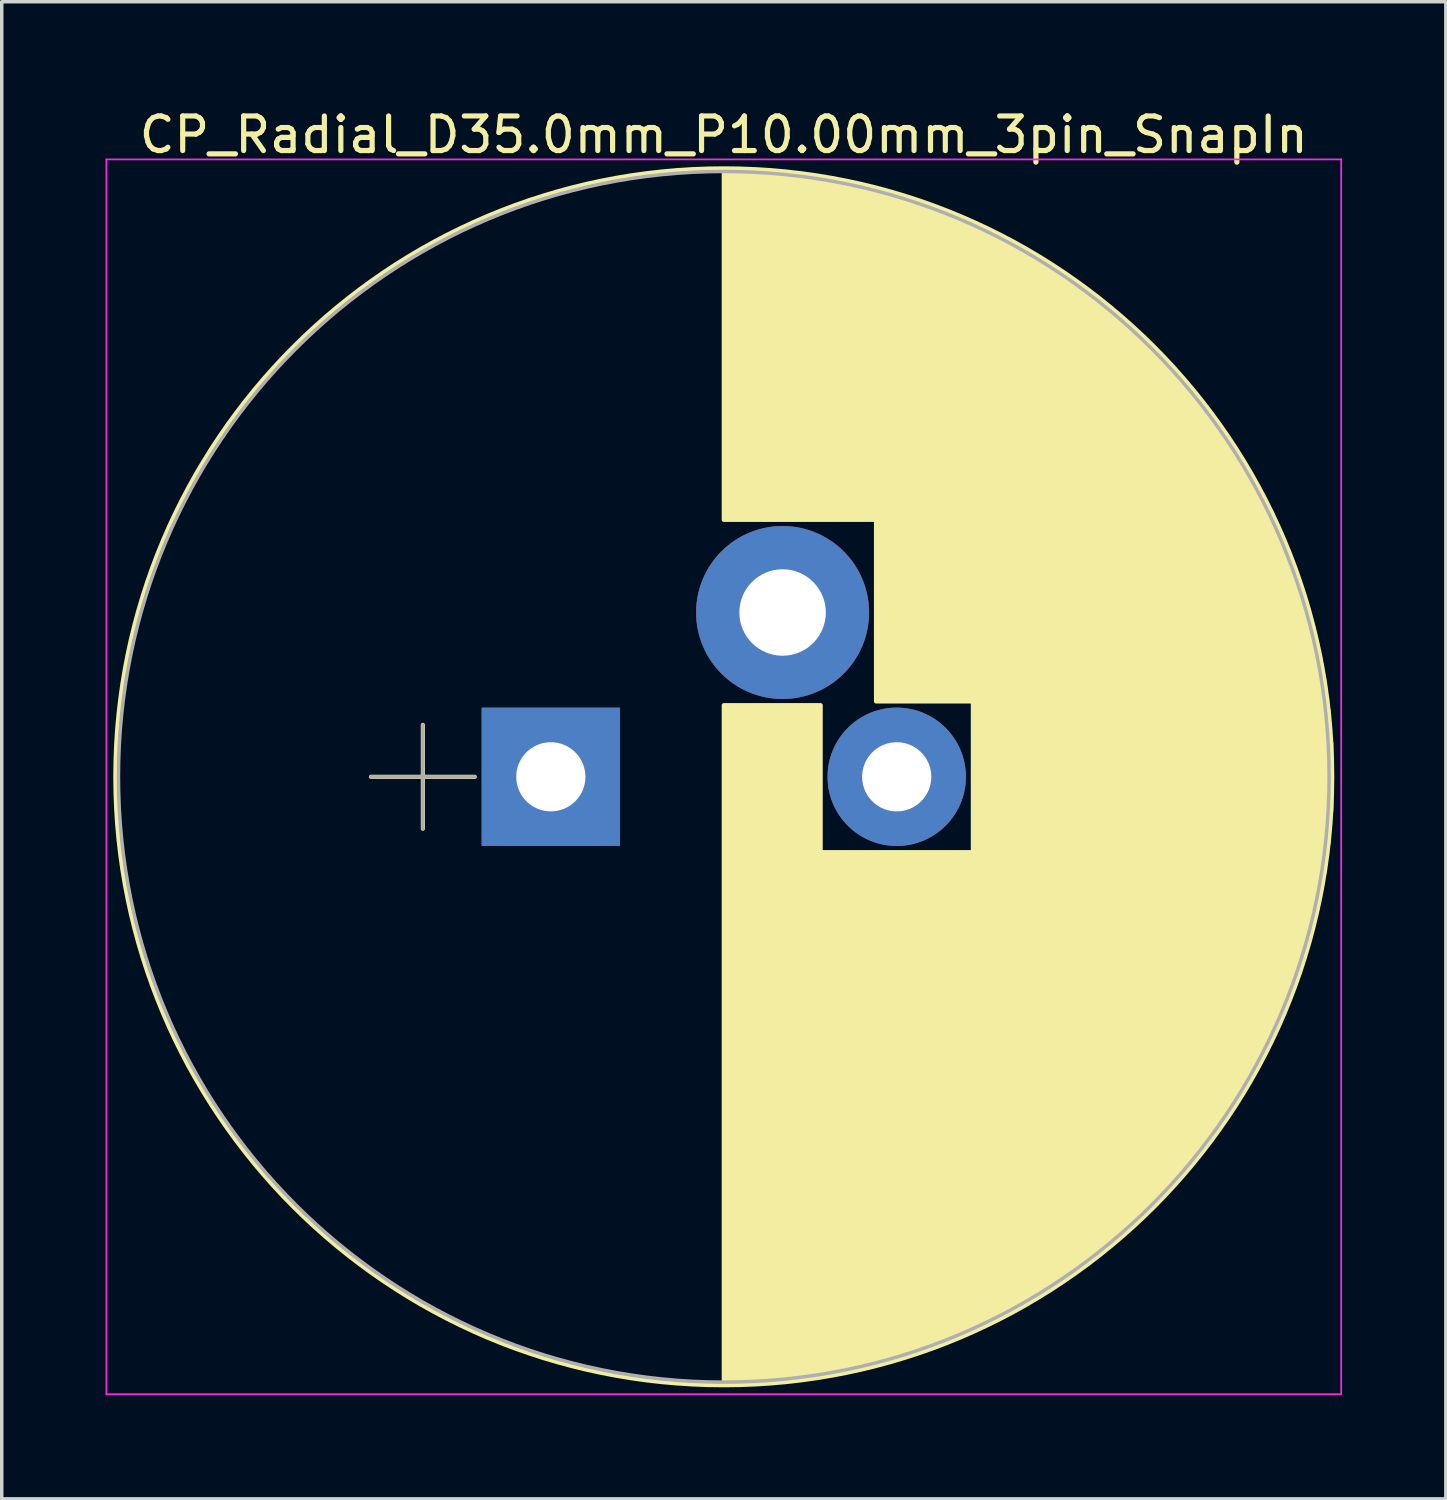
<source format=kicad_pcb>
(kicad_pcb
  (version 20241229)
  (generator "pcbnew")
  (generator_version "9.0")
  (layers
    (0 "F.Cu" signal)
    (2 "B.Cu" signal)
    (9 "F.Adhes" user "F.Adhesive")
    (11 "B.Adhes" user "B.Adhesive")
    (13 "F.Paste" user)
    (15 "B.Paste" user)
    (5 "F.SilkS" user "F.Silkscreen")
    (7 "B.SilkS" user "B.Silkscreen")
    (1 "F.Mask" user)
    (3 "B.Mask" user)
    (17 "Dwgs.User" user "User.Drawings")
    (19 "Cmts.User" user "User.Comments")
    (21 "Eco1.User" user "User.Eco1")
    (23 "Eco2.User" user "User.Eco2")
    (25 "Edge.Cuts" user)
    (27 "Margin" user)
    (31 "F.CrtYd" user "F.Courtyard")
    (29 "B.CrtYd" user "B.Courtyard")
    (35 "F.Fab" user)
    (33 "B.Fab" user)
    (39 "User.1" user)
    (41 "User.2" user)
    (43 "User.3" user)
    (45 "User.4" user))
  (footprint "CP_Radial_D35.0mm_P10.00mm_3pin_SnapIn"
    (layer "F.Cu")
    (at 12.875 19.408)
    (property "Reference" "CP_Radial_D35.0mm_P10.00mm_3pin_SnapIn" (at 5 -18.56 0) (layer "F.SilkS") (effects (font (size 1 1) (thickness 0.15))))
    (attr through_hole)
    (fp_line (start -5.2 0) (end -2.2 0) (stroke (width 0.12) (type solid)) (layer "F.SilkS"))
    (fp_line (start -3.7 -1.5) (end -3.7 1.5) (stroke (width 0.12) (type solid)) (layer "F.SilkS"))
    (fp_line (start 5 -17.55) (end 5 -7.43) (stroke (width 0.12) (type solid)) (layer "F.SilkS"))
    (fp_line (start 5 -2.07) (end 5 17.55) (stroke (width 0.12) (type solid)) (layer "F.SilkS"))
    (fp_line (start 5.04 -17.55) (end 5.04 -7.43) (stroke (width 0.12) (type solid)) (layer "F.SilkS"))
    (fp_line (start 5.04 -2.07) (end 5.04 17.55) (stroke (width 0.12) (type solid)) (layer "F.SilkS"))
    (fp_line (start 5.08 -17.55) (end 5.08 -7.43) (stroke (width 0.12) (type solid)) (layer "F.SilkS"))
    (fp_line (start 5.08 -2.07) (end 5.08 17.55) (stroke (width 0.12) (type solid)) (layer "F.SilkS"))
    (fp_line (start 5.12 -17.55) (end 5.12 -7.43) (stroke (width 0.12) (type solid)) (layer "F.SilkS"))
    (fp_line (start 5.12 -2.07) (end 5.12 17.55) (stroke (width 0.12) (type solid)) (layer "F.SilkS"))
    (fp_line (start 5.16 -17.55) (end 5.16 -7.43) (stroke (width 0.12) (type solid)) (layer "F.SilkS"))
    (fp_line (start 5.16 -2.07) (end 5.16 17.55) (stroke (width 0.12) (type solid)) (layer "F.SilkS"))
    (fp_line (start 5.2 -17.549) (end 5.2 -7.43) (stroke (width 0.12) (type solid)) (layer "F.SilkS"))
    (fp_line (start 5.2 -2.07) (end 5.2 17.549) (stroke (width 0.12) (type solid)) (layer "F.SilkS"))
    (fp_line (start 5.24 -17.549) (end 5.24 -7.43) (stroke (width 0.12) (type solid)) (layer "F.SilkS"))
    (fp_line (start 5.24 -2.07) (end 5.24 17.549) (stroke (width 0.12) (type solid)) (layer "F.SilkS"))
    (fp_line (start 5.28 -17.548) (end 5.28 -7.43) (stroke (width 0.12) (type solid)) (layer "F.SilkS"))
    (fp_line (start 5.28 -2.07) (end 5.28 17.548) (stroke (width 0.12) (type solid)) (layer "F.SilkS"))
    (fp_line (start 5.32 -17.548) (end 5.32 -7.43) (stroke (width 0.12) (type solid)) (layer "F.SilkS"))
    (fp_line (start 5.32 -2.07) (end 5.32 17.548) (stroke (width 0.12) (type solid)) (layer "F.SilkS"))
    (fp_line (start 5.36 -17.547) (end 5.36 -7.43) (stroke (width 0.12) (type solid)) (layer "F.SilkS"))
    (fp_line (start 5.36 -2.07) (end 5.36 17.547) (stroke (width 0.12) (type solid)) (layer "F.SilkS"))
    (fp_line (start 5.4 -17.546) (end 5.4 -7.43) (stroke (width 0.12) (type solid)) (layer "F.SilkS"))
    (fp_line (start 5.4 -2.07) (end 5.4 17.546) (stroke (width 0.12) (type solid)) (layer "F.SilkS"))
    (fp_line (start 5.44 -17.545) (end 5.44 -7.43) (stroke (width 0.12) (type solid)) (layer "F.SilkS"))
    (fp_line (start 5.44 -2.07) (end 5.44 17.545) (stroke (width 0.12) (type solid)) (layer "F.SilkS"))
    (fp_line (start 5.48 -17.544) (end 5.48 -7.43) (stroke (width 0.12) (type solid)) (layer "F.SilkS"))
    (fp_line (start 5.48 -2.07) (end 5.48 17.544) (stroke (width 0.12) (type solid)) (layer "F.SilkS"))
    (fp_line (start 5.52 -17.543) (end 5.52 -7.43) (stroke (width 0.12) (type solid)) (layer "F.SilkS"))
    (fp_line (start 5.52 -2.07) (end 5.52 17.543) (stroke (width 0.12) (type solid)) (layer "F.SilkS"))
    (fp_line (start 5.56 -17.542) (end 5.56 -7.43) (stroke (width 0.12) (type solid)) (layer "F.SilkS"))
    (fp_line (start 5.56 -2.07) (end 5.56 17.542) (stroke (width 0.12) (type solid)) (layer "F.SilkS"))
    (fp_line (start 5.6 -17.54) (end 5.6 -7.43) (stroke (width 0.12) (type solid)) (layer "F.SilkS"))
    (fp_line (start 5.6 -2.07) (end 5.6 17.54) (stroke (width 0.12) (type solid)) (layer "F.SilkS"))
    (fp_line (start 5.64 -17.539) (end 5.64 -7.43) (stroke (width 0.12) (type solid)) (layer "F.SilkS"))
    (fp_line (start 5.64 -2.07) (end 5.64 17.539) (stroke (width 0.12) (type solid)) (layer "F.SilkS"))
    (fp_line (start 5.68 -17.537) (end 5.68 -7.43) (stroke (width 0.12) (type solid)) (layer "F.SilkS"))
    (fp_line (start 5.68 -2.07) (end 5.68 17.537) (stroke (width 0.12) (type solid)) (layer "F.SilkS"))
    (fp_line (start 5.721 -17.536) (end 5.721 -7.43) (stroke (width 0.12) (type solid)) (layer "F.SilkS"))
    (fp_line (start 5.721 -2.07) (end 5.721 17.536) (stroke (width 0.12) (type solid)) (layer "F.SilkS"))
    (fp_line (start 5.761 -17.534) (end 5.761 -7.43) (stroke (width 0.12) (type solid)) (layer "F.SilkS"))
    (fp_line (start 5.761 -2.07) (end 5.761 17.534) (stroke (width 0.12) (type solid)) (layer "F.SilkS"))
    (fp_line (start 5.801 -17.532) (end 5.801 -7.43) (stroke (width 0.12) (type solid)) (layer "F.SilkS"))
    (fp_line (start 5.801 -2.07) (end 5.801 17.532) (stroke (width 0.12) (type solid)) (layer "F.SilkS"))
    (fp_line (start 5.841 -17.53) (end 5.841 -7.43) (stroke (width 0.12) (type solid)) (layer "F.SilkS"))
    (fp_line (start 5.841 -2.07) (end 5.841 17.53) (stroke (width 0.12) (type solid)) (layer "F.SilkS"))
    (fp_line (start 5.881 -17.528) (end 5.881 -7.43) (stroke (width 0.12) (type solid)) (layer "F.SilkS"))
    (fp_line (start 5.881 -2.07) (end 5.881 17.528) (stroke (width 0.12) (type solid)) (layer "F.SilkS"))
    (fp_line (start 5.921 -17.526) (end 5.921 -7.43) (stroke (width 0.12) (type solid)) (layer "F.SilkS"))
    (fp_line (start 5.921 -2.07) (end 5.921 17.526) (stroke (width 0.12) (type solid)) (layer "F.SilkS"))
    (fp_line (start 5.961 -17.524) (end 5.961 -7.43) (stroke (width 0.12) (type solid)) (layer "F.SilkS"))
    (fp_line (start 5.961 -2.07) (end 5.961 17.524) (stroke (width 0.12) (type solid)) (layer "F.SilkS"))
    (fp_line (start 6.001 -17.522) (end 6.001 -7.43) (stroke (width 0.12) (type solid)) (layer "F.SilkS"))
    (fp_line (start 6.001 -2.07) (end 6.001 17.522) (stroke (width 0.12) (type solid)) (layer "F.SilkS"))
    (fp_line (start 6.041 -17.52) (end 6.041 -7.43) (stroke (width 0.12) (type solid)) (layer "F.SilkS"))
    (fp_line (start 6.041 -2.07) (end 6.041 17.52) (stroke (width 0.12) (type solid)) (layer "F.SilkS"))
    (fp_line (start 6.081 -17.517) (end 6.081 -7.43) (stroke (width 0.12) (type solid)) (layer "F.SilkS"))
    (fp_line (start 6.081 -2.07) (end 6.081 17.517) (stroke (width 0.12) (type solid)) (layer "F.SilkS"))
    (fp_line (start 6.121 -17.515) (end 6.121 -7.43) (stroke (width 0.12) (type solid)) (layer "F.SilkS"))
    (fp_line (start 6.121 -2.07) (end 6.121 17.515) (stroke (width 0.12) (type solid)) (layer "F.SilkS"))
    (fp_line (start 6.161 -17.512) (end 6.161 -7.43) (stroke (width 0.12) (type solid)) (layer "F.SilkS"))
    (fp_line (start 6.161 -2.07) (end 6.161 17.512) (stroke (width 0.12) (type solid)) (layer "F.SilkS"))
    (fp_line (start 6.201 -17.51) (end 6.201 -7.43) (stroke (width 0.12) (type solid)) (layer "F.SilkS"))
    (fp_line (start 6.201 -2.07) (end 6.201 17.51) (stroke (width 0.12) (type solid)) (layer "F.SilkS"))
    (fp_line (start 6.241 -17.507) (end 6.241 -7.43) (stroke (width 0.12) (type solid)) (layer "F.SilkS"))
    (fp_line (start 6.241 -2.07) (end 6.241 17.507) (stroke (width 0.12) (type solid)) (layer "F.SilkS"))
    (fp_line (start 6.281 -17.504) (end 6.281 -7.43) (stroke (width 0.12) (type solid)) (layer "F.SilkS"))
    (fp_line (start 6.281 -2.07) (end 6.281 17.504) (stroke (width 0.12) (type solid)) (layer "F.SilkS"))
    (fp_line (start 6.321 -17.501) (end 6.321 -7.43) (stroke (width 0.12) (type solid)) (layer "F.SilkS"))
    (fp_line (start 6.321 -2.07) (end 6.321 17.501) (stroke (width 0.12) (type solid)) (layer "F.SilkS"))
    (fp_line (start 6.361 -17.498) (end 6.361 -7.43) (stroke (width 0.12) (type solid)) (layer "F.SilkS"))
    (fp_line (start 6.361 -2.07) (end 6.361 17.498) (stroke (width 0.12) (type solid)) (layer "F.SilkS"))
    (fp_line (start 6.401 -17.495) (end 6.401 -7.43) (stroke (width 0.12) (type solid)) (layer "F.SilkS"))
    (fp_line (start 6.401 -2.07) (end 6.401 17.495) (stroke (width 0.12) (type solid)) (layer "F.SilkS"))
    (fp_line (start 6.441 -17.491) (end 6.441 -7.43) (stroke (width 0.12) (type solid)) (layer "F.SilkS"))
    (fp_line (start 6.441 -2.07) (end 6.441 17.491) (stroke (width 0.12) (type solid)) (layer "F.SilkS"))
    (fp_line (start 6.481 -17.488) (end 6.481 -7.43) (stroke (width 0.12) (type solid)) (layer "F.SilkS"))
    (fp_line (start 6.481 -2.07) (end 6.481 17.488) (stroke (width 0.12) (type solid)) (layer "F.SilkS"))
    (fp_line (start 6.521 -17.485) (end 6.521 -7.43) (stroke (width 0.12) (type solid)) (layer "F.SilkS"))
    (fp_line (start 6.521 -2.07) (end 6.521 17.485) (stroke (width 0.12) (type solid)) (layer "F.SilkS"))
    (fp_line (start 6.561 -17.481) (end 6.561 -7.43) (stroke (width 0.12) (type solid)) (layer "F.SilkS"))
    (fp_line (start 6.561 -2.07) (end 6.561 17.481) (stroke (width 0.12) (type solid)) (layer "F.SilkS"))
    (fp_line (start 6.601 -17.478) (end 6.601 -7.43) (stroke (width 0.12) (type solid)) (layer "F.SilkS"))
    (fp_line (start 6.601 -2.07) (end 6.601 17.478) (stroke (width 0.12) (type solid)) (layer "F.SilkS"))
    (fp_line (start 6.641 -17.474) (end 6.641 -7.43) (stroke (width 0.12) (type solid)) (layer "F.SilkS"))
    (fp_line (start 6.641 -2.07) (end 6.641 17.474) (stroke (width 0.12) (type solid)) (layer "F.SilkS"))
    (fp_line (start 6.681 -17.47) (end 6.681 -7.43) (stroke (width 0.12) (type solid)) (layer "F.SilkS"))
    (fp_line (start 6.681 -2.07) (end 6.681 17.47) (stroke (width 0.12) (type solid)) (layer "F.SilkS"))
    (fp_line (start 6.721 -17.466) (end 6.721 -7.43) (stroke (width 0.12) (type solid)) (layer "F.SilkS"))
    (fp_line (start 6.721 -2.07) (end 6.721 17.466) (stroke (width 0.12) (type solid)) (layer "F.SilkS"))
    (fp_line (start 6.761 -17.462) (end 6.761 -7.43) (stroke (width 0.12) (type solid)) (layer "F.SilkS"))
    (fp_line (start 6.761 -2.07) (end 6.761 17.462) (stroke (width 0.12) (type solid)) (layer "F.SilkS"))
    (fp_line (start 6.801 -17.458) (end 6.801 -7.43) (stroke (width 0.12) (type solid)) (layer "F.SilkS"))
    (fp_line (start 6.801 -2.07) (end 6.801 17.458) (stroke (width 0.12) (type solid)) (layer "F.SilkS"))
    (fp_line (start 6.841 -17.454) (end 6.841 -7.43) (stroke (width 0.12) (type solid)) (layer "F.SilkS"))
    (fp_line (start 6.841 -2.07) (end 6.841 17.454) (stroke (width 0.12) (type solid)) (layer "F.SilkS"))
    (fp_line (start 6.881 -17.45) (end 6.881 -7.43) (stroke (width 0.12) (type solid)) (layer "F.SilkS"))
    (fp_line (start 6.881 -2.07) (end 6.881 17.45) (stroke (width 0.12) (type solid)) (layer "F.SilkS"))
    (fp_line (start 6.921 -17.445) (end 6.921 -7.43) (stroke (width 0.12) (type solid)) (layer "F.SilkS"))
    (fp_line (start 6.921 -2.07) (end 6.921 17.445) (stroke (width 0.12) (type solid)) (layer "F.SilkS"))
    (fp_line (start 6.961 -17.441) (end 6.961 -7.43) (stroke (width 0.12) (type solid)) (layer "F.SilkS"))
    (fp_line (start 6.961 -2.07) (end 6.961 17.441) (stroke (width 0.12) (type solid)) (layer "F.SilkS"))
    (fp_line (start 7.001 -17.436) (end 7.001 -7.43) (stroke (width 0.12) (type solid)) (layer "F.SilkS"))
    (fp_line (start 7.001 -2.07) (end 7.001 17.436) (stroke (width 0.12) (type solid)) (layer "F.SilkS"))
    (fp_line (start 7.041 -17.432) (end 7.041 -7.43) (stroke (width 0.12) (type solid)) (layer "F.SilkS"))
    (fp_line (start 7.041 -2.07) (end 7.041 17.432) (stroke (width 0.12) (type solid)) (layer "F.SilkS"))
    (fp_line (start 7.081 -17.427) (end 7.081 -7.43) (stroke (width 0.12) (type solid)) (layer "F.SilkS"))
    (fp_line (start 7.081 -2.07) (end 7.081 17.427) (stroke (width 0.12) (type solid)) (layer "F.SilkS"))
    (fp_line (start 7.121 -17.422) (end 7.121 -7.43) (stroke (width 0.12) (type solid)) (layer "F.SilkS"))
    (fp_line (start 7.121 -2.07) (end 7.121 17.422) (stroke (width 0.12) (type solid)) (layer "F.SilkS"))
    (fp_line (start 7.161 -17.417) (end 7.161 -7.43) (stroke (width 0.12) (type solid)) (layer "F.SilkS"))
    (fp_line (start 7.161 -2.07) (end 7.161 17.417) (stroke (width 0.12) (type solid)) (layer "F.SilkS"))
    (fp_line (start 7.201 -17.412) (end 7.201 -7.43) (stroke (width 0.12) (type solid)) (layer "F.SilkS"))
    (fp_line (start 7.201 -2.07) (end 7.201 17.412) (stroke (width 0.12) (type solid)) (layer "F.SilkS"))
    (fp_line (start 7.241 -17.407) (end 7.241 -7.43) (stroke (width 0.12) (type solid)) (layer "F.SilkS"))
    (fp_line (start 7.241 -2.07) (end 7.241 17.407) (stroke (width 0.12) (type solid)) (layer "F.SilkS"))
    (fp_line (start 7.281 -17.402) (end 7.281 -7.43) (stroke (width 0.12) (type solid)) (layer "F.SilkS"))
    (fp_line (start 7.281 -2.07) (end 7.281 17.402) (stroke (width 0.12) (type solid)) (layer "F.SilkS"))
    (fp_line (start 7.321 -17.397) (end 7.321 -7.43) (stroke (width 0.12) (type solid)) (layer "F.SilkS"))
    (fp_line (start 7.321 -2.07) (end 7.321 17.397) (stroke (width 0.12) (type solid)) (layer "F.SilkS"))
    (fp_line (start 7.361 -17.391) (end 7.361 -7.43) (stroke (width 0.12) (type solid)) (layer "F.SilkS"))
    (fp_line (start 7.361 -2.07) (end 7.361 17.391) (stroke (width 0.12) (type solid)) (layer "F.SilkS"))
    (fp_line (start 7.401 -17.386) (end 7.401 -7.43) (stroke (width 0.12) (type solid)) (layer "F.SilkS"))
    (fp_line (start 7.401 -2.07) (end 7.401 17.386) (stroke (width 0.12) (type solid)) (layer "F.SilkS"))
    (fp_line (start 7.441 -17.38) (end 7.441 -7.43) (stroke (width 0.12) (type solid)) (layer "F.SilkS"))
    (fp_line (start 7.441 -2.07) (end 7.441 17.38) (stroke (width 0.12) (type solid)) (layer "F.SilkS"))
    (fp_line (start 7.481 -17.375) (end 7.481 -7.43) (stroke (width 0.12) (type solid)) (layer "F.SilkS"))
    (fp_line (start 7.481 -2.07) (end 7.481 17.375) (stroke (width 0.12) (type solid)) (layer "F.SilkS"))
    (fp_line (start 7.521 -17.369) (end 7.521 -7.43) (stroke (width 0.12) (type solid)) (layer "F.SilkS"))
    (fp_line (start 7.521 -2.07) (end 7.521 17.369) (stroke (width 0.12) (type solid)) (layer "F.SilkS"))
    (fp_line (start 7.561 -17.363) (end 7.561 -7.43) (stroke (width 0.12) (type solid)) (layer "F.SilkS"))
    (fp_line (start 7.561 -2.07) (end 7.561 17.363) (stroke (width 0.12) (type solid)) (layer "F.SilkS"))
    (fp_line (start 7.601 -17.357) (end 7.601 -7.43) (stroke (width 0.12) (type solid)) (layer "F.SilkS"))
    (fp_line (start 7.601 -2.07) (end 7.601 17.357) (stroke (width 0.12) (type solid)) (layer "F.SilkS"))
    (fp_line (start 7.641 -17.351) (end 7.641 -7.43) (stroke (width 0.12) (type solid)) (layer "F.SilkS"))
    (fp_line (start 7.641 -2.07) (end 7.641 17.351) (stroke (width 0.12) (type solid)) (layer "F.SilkS"))
    (fp_line (start 7.681 -17.345) (end 7.681 -7.43) (stroke (width 0.12) (type solid)) (layer "F.SilkS"))
    (fp_line (start 7.681 -2.07) (end 7.681 17.345) (stroke (width 0.12) (type solid)) (layer "F.SilkS"))
    (fp_line (start 7.721 -17.339) (end 7.721 -7.43) (stroke (width 0.12) (type solid)) (layer "F.SilkS"))
    (fp_line (start 7.721 -2.07) (end 7.721 17.339) (stroke (width 0.12) (type solid)) (layer "F.SilkS"))
    (fp_line (start 7.761 -17.333) (end 7.761 -7.43) (stroke (width 0.12) (type solid)) (layer "F.SilkS"))
    (fp_line (start 7.761 -2.07) (end 7.761 17.333) (stroke (width 0.12) (type solid)) (layer "F.SilkS"))
    (fp_line (start 7.801 -17.326) (end 7.801 -7.43) (stroke (width 0.12) (type solid)) (layer "F.SilkS"))
    (fp_line (start 7.801 -2.07) (end 7.801 17.326) (stroke (width 0.12) (type solid)) (layer "F.SilkS"))
    (fp_line (start 7.841 -17.32) (end 7.841 -7.43) (stroke (width 0.12) (type solid)) (layer "F.SilkS"))
    (fp_line (start 7.841 2.18) (end 7.841 17.32) (stroke (width 0.12) (type solid)) (layer "F.SilkS"))
    (fp_line (start 7.881 -17.313) (end 7.881 -7.43) (stroke (width 0.12) (type solid)) (layer "F.SilkS"))
    (fp_line (start 7.881 2.18) (end 7.881 17.313) (stroke (width 0.12) (type solid)) (layer "F.SilkS"))
    (fp_line (start 7.921 -17.306) (end 7.921 -7.43) (stroke (width 0.12) (type solid)) (layer "F.SilkS"))
    (fp_line (start 7.921 2.18) (end 7.921 17.306) (stroke (width 0.12) (type solid)) (layer "F.SilkS"))
    (fp_line (start 7.961 -17.3) (end 7.961 -7.43) (stroke (width 0.12) (type solid)) (layer "F.SilkS"))
    (fp_line (start 7.961 2.18) (end 7.961 17.3) (stroke (width 0.12) (type solid)) (layer "F.SilkS"))
    (fp_line (start 8.001 -17.293) (end 8.001 -7.43) (stroke (width 0.12) (type solid)) (layer "F.SilkS"))
    (fp_line (start 8.001 2.18) (end 8.001 17.293) (stroke (width 0.12) (type solid)) (layer "F.SilkS"))
    (fp_line (start 8.041 -17.286) (end 8.041 -7.43) (stroke (width 0.12) (type solid)) (layer "F.SilkS"))
    (fp_line (start 8.041 2.18) (end 8.041 17.286) (stroke (width 0.12) (type solid)) (layer "F.SilkS"))
    (fp_line (start 8.081 -17.279) (end 8.081 -7.43) (stroke (width 0.12) (type solid)) (layer "F.SilkS"))
    (fp_line (start 8.081 2.18) (end 8.081 17.279) (stroke (width 0.12) (type solid)) (layer "F.SilkS"))
    (fp_line (start 8.121 -17.272) (end 8.121 -7.43) (stroke (width 0.12) (type solid)) (layer "F.SilkS"))
    (fp_line (start 8.121 2.18) (end 8.121 17.272) (stroke (width 0.12) (type solid)) (layer "F.SilkS"))
    (fp_line (start 8.161 -17.264) (end 8.161 -7.43) (stroke (width 0.12) (type solid)) (layer "F.SilkS"))
    (fp_line (start 8.161 2.18) (end 8.161 17.264) (stroke (width 0.12) (type solid)) (layer "F.SilkS"))
    (fp_line (start 8.201 -17.257) (end 8.201 -7.43) (stroke (width 0.12) (type solid)) (layer "F.SilkS"))
    (fp_line (start 8.201 2.18) (end 8.201 17.257) (stroke (width 0.12) (type solid)) (layer "F.SilkS"))
    (fp_line (start 8.241 -17.25) (end 8.241 -7.43) (stroke (width 0.12) (type solid)) (layer "F.SilkS"))
    (fp_line (start 8.241 2.18) (end 8.241 17.25) (stroke (width 0.12) (type solid)) (layer "F.SilkS"))
    (fp_line (start 8.281 -17.242) (end 8.281 -7.43) (stroke (width 0.12) (type solid)) (layer "F.SilkS"))
    (fp_line (start 8.281 2.18) (end 8.281 17.242) (stroke (width 0.12) (type solid)) (layer "F.SilkS"))
    (fp_line (start 8.321 -17.234) (end 8.321 -7.43) (stroke (width 0.12) (type solid)) (layer "F.SilkS"))
    (fp_line (start 8.321 2.18) (end 8.321 17.234) (stroke (width 0.12) (type solid)) (layer "F.SilkS"))
    (fp_line (start 8.361 -17.227) (end 8.361 -7.43) (stroke (width 0.12) (type solid)) (layer "F.SilkS"))
    (fp_line (start 8.361 2.18) (end 8.361 17.227) (stroke (width 0.12) (type solid)) (layer "F.SilkS"))
    (fp_line (start 8.401 -17.219) (end 8.401 -7.43) (stroke (width 0.12) (type solid)) (layer "F.SilkS"))
    (fp_line (start 8.401 2.18) (end 8.401 17.219) (stroke (width 0.12) (type solid)) (layer "F.SilkS"))
    (fp_line (start 8.441 -17.211) (end 8.441 -7.43) (stroke (width 0.12) (type solid)) (layer "F.SilkS"))
    (fp_line (start 8.441 2.18) (end 8.441 17.211) (stroke (width 0.12) (type solid)) (layer "F.SilkS"))
    (fp_line (start 8.481 -17.203) (end 8.481 -7.43) (stroke (width 0.12) (type solid)) (layer "F.SilkS"))
    (fp_line (start 8.481 2.18) (end 8.481 17.203) (stroke (width 0.12) (type solid)) (layer "F.SilkS"))
    (fp_line (start 8.521 -17.195) (end 8.521 -7.43) (stroke (width 0.12) (type solid)) (layer "F.SilkS"))
    (fp_line (start 8.521 2.18) (end 8.521 17.195) (stroke (width 0.12) (type solid)) (layer "F.SilkS"))
    (fp_line (start 8.561 -17.186) (end 8.561 -7.43) (stroke (width 0.12) (type solid)) (layer "F.SilkS"))
    (fp_line (start 8.561 2.18) (end 8.561 17.186) (stroke (width 0.12) (type solid)) (layer "F.SilkS"))
    (fp_line (start 8.601 -17.178) (end 8.601 -7.43) (stroke (width 0.12) (type solid)) (layer "F.SilkS"))
    (fp_line (start 8.601 2.18) (end 8.601 17.178) (stroke (width 0.12) (type solid)) (layer "F.SilkS"))
    (fp_line (start 8.641 -17.17) (end 8.641 -7.43) (stroke (width 0.12) (type solid)) (layer "F.SilkS"))
    (fp_line (start 8.641 2.18) (end 8.641 17.17) (stroke (width 0.12) (type solid)) (layer "F.SilkS"))
    (fp_line (start 8.681 -17.161) (end 8.681 -7.43) (stroke (width 0.12) (type solid)) (layer "F.SilkS"))
    (fp_line (start 8.681 2.18) (end 8.681 17.161) (stroke (width 0.12) (type solid)) (layer "F.SilkS"))
    (fp_line (start 8.721 -17.153) (end 8.721 -7.43) (stroke (width 0.12) (type solid)) (layer "F.SilkS"))
    (fp_line (start 8.721 2.18) (end 8.721 17.153) (stroke (width 0.12) (type solid)) (layer "F.SilkS"))
    (fp_line (start 8.761 -17.144) (end 8.761 -7.43) (stroke (width 0.12) (type solid)) (layer "F.SilkS"))
    (fp_line (start 8.761 2.18) (end 8.761 17.144) (stroke (width 0.12) (type solid)) (layer "F.SilkS"))
    (fp_line (start 8.801 -17.135) (end 8.801 -7.43) (stroke (width 0.12) (type solid)) (layer "F.SilkS"))
    (fp_line (start 8.801 2.18) (end 8.801 17.135) (stroke (width 0.12) (type solid)) (layer "F.SilkS"))
    (fp_line (start 8.841 -17.126) (end 8.841 -7.43) (stroke (width 0.12) (type solid)) (layer "F.SilkS"))
    (fp_line (start 8.841 2.18) (end 8.841 17.126) (stroke (width 0.12) (type solid)) (layer "F.SilkS"))
    (fp_line (start 8.881 -17.117) (end 8.881 -7.43) (stroke (width 0.12) (type solid)) (layer "F.SilkS"))
    (fp_line (start 8.881 2.18) (end 8.881 17.117) (stroke (width 0.12) (type solid)) (layer "F.SilkS"))
    (fp_line (start 8.921 -17.108) (end 8.921 -7.43) (stroke (width 0.12) (type solid)) (layer "F.SilkS"))
    (fp_line (start 8.921 2.18) (end 8.921 17.108) (stroke (width 0.12) (type solid)) (layer "F.SilkS"))
    (fp_line (start 8.961 -17.099) (end 8.961 -7.43) (stroke (width 0.12) (type solid)) (layer "F.SilkS"))
    (fp_line (start 8.961 2.18) (end 8.961 17.099) (stroke (width 0.12) (type solid)) (layer "F.SilkS"))
    (fp_line (start 9.001 -17.09) (end 9.001 -7.43) (stroke (width 0.12) (type solid)) (layer "F.SilkS"))
    (fp_line (start 9.001 2.18) (end 9.001 17.09) (stroke (width 0.12) (type solid)) (layer "F.SilkS"))
    (fp_line (start 9.041 -17.08) (end 9.041 -7.43) (stroke (width 0.12) (type solid)) (layer "F.SilkS"))
    (fp_line (start 9.041 2.18) (end 9.041 17.08) (stroke (width 0.12) (type solid)) (layer "F.SilkS"))
    (fp_line (start 9.081 -17.071) (end 9.081 -7.43) (stroke (width 0.12) (type solid)) (layer "F.SilkS"))
    (fp_line (start 9.081 2.18) (end 9.081 17.071) (stroke (width 0.12) (type solid)) (layer "F.SilkS"))
    (fp_line (start 9.121 -17.061) (end 9.121 -7.43) (stroke (width 0.12) (type solid)) (layer "F.SilkS"))
    (fp_line (start 9.121 2.18) (end 9.121 17.061) (stroke (width 0.12) (type solid)) (layer "F.SilkS"))
    (fp_line (start 9.161 -17.052) (end 9.161 -7.43) (stroke (width 0.12) (type solid)) (layer "F.SilkS"))
    (fp_line (start 9.161 2.18) (end 9.161 17.052) (stroke (width 0.12) (type solid)) (layer "F.SilkS"))
    (fp_line (start 9.201 -17.042) (end 9.201 -7.43) (stroke (width 0.12) (type solid)) (layer "F.SilkS"))
    (fp_line (start 9.201 2.18) (end 9.201 17.042) (stroke (width 0.12) (type solid)) (layer "F.SilkS"))
    (fp_line (start 9.241 -17.032) (end 9.241 -7.43) (stroke (width 0.12) (type solid)) (layer "F.SilkS"))
    (fp_line (start 9.241 2.18) (end 9.241 17.032) (stroke (width 0.12) (type solid)) (layer "F.SilkS"))
    (fp_line (start 9.281 -17.022) (end 9.281 -7.43) (stroke (width 0.12) (type solid)) (layer "F.SilkS"))
    (fp_line (start 9.281 2.18) (end 9.281 17.022) (stroke (width 0.12) (type solid)) (layer "F.SilkS"))
    (fp_line (start 9.321 -17.012) (end 9.321 -7.43) (stroke (width 0.12) (type solid)) (layer "F.SilkS"))
    (fp_line (start 9.321 2.18) (end 9.321 17.012) (stroke (width 0.12) (type solid)) (layer "F.SilkS"))
    (fp_line (start 9.361 -17.002) (end 9.361 -7.43) (stroke (width 0.12) (type solid)) (layer "F.SilkS"))
    (fp_line (start 9.361 2.18) (end 9.361 17.002) (stroke (width 0.12) (type solid)) (layer "F.SilkS"))
    (fp_line (start 9.401 -16.991) (end 9.401 -2.18) (stroke (width 0.12) (type solid)) (layer "F.SilkS"))
    (fp_line (start 9.401 2.18) (end 9.401 16.991) (stroke (width 0.12) (type solid)) (layer "F.SilkS"))
    (fp_line (start 9.441 -16.981) (end 9.441 -2.18) (stroke (width 0.12) (type solid)) (layer "F.SilkS"))
    (fp_line (start 9.441 2.18) (end 9.441 16.981) (stroke (width 0.12) (type solid)) (layer "F.SilkS"))
    (fp_line (start 9.481 -16.97) (end 9.481 -2.18) (stroke (width 0.12) (type solid)) (layer "F.SilkS"))
    (fp_line (start 9.481 2.18) (end 9.481 16.97) (stroke (width 0.12) (type solid)) (layer "F.SilkS"))
    (fp_line (start 9.521 -16.96) (end 9.521 -2.18) (stroke (width 0.12) (type solid)) (layer "F.SilkS"))
    (fp_line (start 9.521 2.18) (end 9.521 16.96) (stroke (width 0.12) (type solid)) (layer "F.SilkS"))
    (fp_line (start 9.561 -16.949) (end 9.561 -2.18) (stroke (width 0.12) (type solid)) (layer "F.SilkS"))
    (fp_line (start 9.561 2.18) (end 9.561 16.949) (stroke (width 0.12) (type solid)) (layer "F.SilkS"))
    (fp_line (start 9.601 -16.938) (end 9.601 -2.18) (stroke (width 0.12) (type solid)) (layer "F.SilkS"))
    (fp_line (start 9.601 2.18) (end 9.601 16.938) (stroke (width 0.12) (type solid)) (layer "F.SilkS"))
    (fp_line (start 9.641 -16.927) (end 9.641 -2.18) (stroke (width 0.12) (type solid)) (layer "F.SilkS"))
    (fp_line (start 9.641 2.18) (end 9.641 16.927) (stroke (width 0.12) (type solid)) (layer "F.SilkS"))
    (fp_line (start 9.681 -16.916) (end 9.681 -2.18) (stroke (width 0.12) (type solid)) (layer "F.SilkS"))
    (fp_line (start 9.681 2.18) (end 9.681 16.916) (stroke (width 0.12) (type solid)) (layer "F.SilkS"))
    (fp_line (start 9.721 -16.905) (end 9.721 -2.18) (stroke (width 0.12) (type solid)) (layer "F.SilkS"))
    (fp_line (start 9.721 2.18) (end 9.721 16.905) (stroke (width 0.12) (type solid)) (layer "F.SilkS"))
    (fp_line (start 9.761 -16.894) (end 9.761 -2.18) (stroke (width 0.12) (type solid)) (layer "F.SilkS"))
    (fp_line (start 9.761 2.18) (end 9.761 16.894) (stroke (width 0.12) (type solid)) (layer "F.SilkS"))
    (fp_line (start 9.801 -16.883) (end 9.801 -2.18) (stroke (width 0.12) (type solid)) (layer "F.SilkS"))
    (fp_line (start 9.801 2.18) (end 9.801 16.883) (stroke (width 0.12) (type solid)) (layer "F.SilkS"))
    (fp_line (start 9.841 -16.872) (end 9.841 -2.18) (stroke (width 0.12) (type solid)) (layer "F.SilkS"))
    (fp_line (start 9.841 2.18) (end 9.841 16.872) (stroke (width 0.12) (type solid)) (layer "F.SilkS"))
    (fp_line (start 9.881 -16.86) (end 9.881 -2.18) (stroke (width 0.12) (type solid)) (layer "F.SilkS"))
    (fp_line (start 9.881 2.18) (end 9.881 16.86) (stroke (width 0.12) (type solid)) (layer "F.SilkS"))
    (fp_line (start 9.921 -16.848) (end 9.921 -2.18) (stroke (width 0.12) (type solid)) (layer "F.SilkS"))
    (fp_line (start 9.921 2.18) (end 9.921 16.848) (stroke (width 0.12) (type solid)) (layer "F.SilkS"))
    (fp_line (start 9.961 -16.837) (end 9.961 -2.18) (stroke (width 0.12) (type solid)) (layer "F.SilkS"))
    (fp_line (start 9.961 2.18) (end 9.961 16.837) (stroke (width 0.12) (type solid)) (layer "F.SilkS"))
    (fp_line (start 10.001 -16.825) (end 10.001 -2.18) (stroke (width 0.12) (type solid)) (layer "F.SilkS"))
    (fp_line (start 10.001 2.18) (end 10.001 16.825) (stroke (width 0.12) (type solid)) (layer "F.SilkS"))
    (fp_line (start 10.041 -16.813) (end 10.041 -2.18) (stroke (width 0.12) (type solid)) (layer "F.SilkS"))
    (fp_line (start 10.041 2.18) (end 10.041 16.813) (stroke (width 0.12) (type solid)) (layer "F.SilkS"))
    (fp_line (start 10.081 -16.801) (end 10.081 -2.18) (stroke (width 0.12) (type solid)) (layer "F.SilkS"))
    (fp_line (start 10.081 2.18) (end 10.081 16.801) (stroke (width 0.12) (type solid)) (layer "F.SilkS"))
    (fp_line (start 10.121 -16.789) (end 10.121 -2.18) (stroke (width 0.12) (type solid)) (layer "F.SilkS"))
    (fp_line (start 10.121 2.18) (end 10.121 16.789) (stroke (width 0.12) (type solid)) (layer "F.SilkS"))
    (fp_line (start 10.161 -16.777) (end 10.161 -2.18) (stroke (width 0.12) (type solid)) (layer "F.SilkS"))
    (fp_line (start 10.161 2.18) (end 10.161 16.777) (stroke (width 0.12) (type solid)) (layer "F.SilkS"))
    (fp_line (start 10.201 -16.764) (end 10.201 -2.18) (stroke (width 0.12) (type solid)) (layer "F.SilkS"))
    (fp_line (start 10.201 2.18) (end 10.201 16.764) (stroke (width 0.12) (type solid)) (layer "F.SilkS"))
    (fp_line (start 10.241 -16.752) (end 10.241 -2.18) (stroke (width 0.12) (type solid)) (layer "F.SilkS"))
    (fp_line (start 10.241 2.18) (end 10.241 16.752) (stroke (width 0.12) (type solid)) (layer "F.SilkS"))
    (fp_line (start 10.281 -16.739) (end 10.281 -2.18) (stroke (width 0.12) (type solid)) (layer "F.SilkS"))
    (fp_line (start 10.281 2.18) (end 10.281 16.739) (stroke (width 0.12) (type solid)) (layer "F.SilkS"))
    (fp_line (start 10.321 -16.727) (end 10.321 -2.18) (stroke (width 0.12) (type solid)) (layer "F.SilkS"))
    (fp_line (start 10.321 2.18) (end 10.321 16.727) (stroke (width 0.12) (type solid)) (layer "F.SilkS"))
    (fp_line (start 10.361 -16.714) (end 10.361 -2.18) (stroke (width 0.12) (type solid)) (layer "F.SilkS"))
    (fp_line (start 10.361 2.18) (end 10.361 16.714) (stroke (width 0.12) (type solid)) (layer "F.SilkS"))
    (fp_line (start 10.401 -16.701) (end 10.401 -2.18) (stroke (width 0.12) (type solid)) (layer "F.SilkS"))
    (fp_line (start 10.401 2.18) (end 10.401 16.701) (stroke (width 0.12) (type solid)) (layer "F.SilkS"))
    (fp_line (start 10.441 -16.688) (end 10.441 -2.18) (stroke (width 0.12) (type solid)) (layer "F.SilkS"))
    (fp_line (start 10.441 2.18) (end 10.441 16.688) (stroke (width 0.12) (type solid)) (layer "F.SilkS"))
    (fp_line (start 10.481 -16.675) (end 10.481 -2.18) (stroke (width 0.12) (type solid)) (layer "F.SilkS"))
    (fp_line (start 10.481 2.18) (end 10.481 16.675) (stroke (width 0.12) (type solid)) (layer "F.SilkS"))
    (fp_line (start 10.521 -16.662) (end 10.521 -2.18) (stroke (width 0.12) (type solid)) (layer "F.SilkS"))
    (fp_line (start 10.521 2.18) (end 10.521 16.662) (stroke (width 0.12) (type solid)) (layer "F.SilkS"))
    (fp_line (start 10.561 -16.649) (end 10.561 -2.18) (stroke (width 0.12) (type solid)) (layer "F.SilkS"))
    (fp_line (start 10.561 2.18) (end 10.561 16.649) (stroke (width 0.12) (type solid)) (layer "F.SilkS"))
    (fp_line (start 10.601 -16.635) (end 10.601 -2.18) (stroke (width 0.12) (type solid)) (layer "F.SilkS"))
    (fp_line (start 10.601 2.18) (end 10.601 16.635) (stroke (width 0.12) (type solid)) (layer "F.SilkS"))
    (fp_line (start 10.641 -16.622) (end 10.641 -2.18) (stroke (width 0.12) (type solid)) (layer "F.SilkS"))
    (fp_line (start 10.641 2.18) (end 10.641 16.622) (stroke (width 0.12) (type solid)) (layer "F.SilkS"))
    (fp_line (start 10.681 -16.608) (end 10.681 -2.18) (stroke (width 0.12) (type solid)) (layer "F.SilkS"))
    (fp_line (start 10.681 2.18) (end 10.681 16.608) (stroke (width 0.12) (type solid)) (layer "F.SilkS"))
    (fp_line (start 10.721 -16.594) (end 10.721 -2.18) (stroke (width 0.12) (type solid)) (layer "F.SilkS"))
    (fp_line (start 10.721 2.18) (end 10.721 16.594) (stroke (width 0.12) (type solid)) (layer "F.SilkS"))
    (fp_line (start 10.761 -16.581) (end 10.761 -2.18) (stroke (width 0.12) (type solid)) (layer "F.SilkS"))
    (fp_line (start 10.761 2.18) (end 10.761 16.581) (stroke (width 0.12) (type solid)) (layer "F.SilkS"))
    (fp_line (start 10.801 -16.567) (end 10.801 -2.18) (stroke (width 0.12) (type solid)) (layer "F.SilkS"))
    (fp_line (start 10.801 2.18) (end 10.801 16.567) (stroke (width 0.12) (type solid)) (layer "F.SilkS"))
    (fp_line (start 10.841 -16.553) (end 10.841 -2.18) (stroke (width 0.12) (type solid)) (layer "F.SilkS"))
    (fp_line (start 10.841 2.18) (end 10.841 16.553) (stroke (width 0.12) (type solid)) (layer "F.SilkS"))
    (fp_line (start 10.881 -16.539) (end 10.881 -2.18) (stroke (width 0.12) (type solid)) (layer "F.SilkS"))
    (fp_line (start 10.881 2.18) (end 10.881 16.539) (stroke (width 0.12) (type solid)) (layer "F.SilkS"))
    (fp_line (start 10.921 -16.524) (end 10.921 -2.18) (stroke (width 0.12) (type solid)) (layer "F.SilkS"))
    (fp_line (start 10.921 2.18) (end 10.921 16.524) (stroke (width 0.12) (type solid)) (layer "F.SilkS"))
    (fp_line (start 10.961 -16.51) (end 10.961 -2.18) (stroke (width 0.12) (type solid)) (layer "F.SilkS"))
    (fp_line (start 10.961 2.18) (end 10.961 16.51) (stroke (width 0.12) (type solid)) (layer "F.SilkS"))
    (fp_line (start 11.001 -16.496) (end 11.001 -2.18) (stroke (width 0.12) (type solid)) (layer "F.SilkS"))
    (fp_line (start 11.001 2.18) (end 11.001 16.496) (stroke (width 0.12) (type solid)) (layer "F.SilkS"))
    (fp_line (start 11.041 -16.481) (end 11.041 -2.18) (stroke (width 0.12) (type solid)) (layer "F.SilkS"))
    (fp_line (start 11.041 2.18) (end 11.041 16.481) (stroke (width 0.12) (type solid)) (layer "F.SilkS"))
    (fp_line (start 11.081 -16.466) (end 11.081 -2.18) (stroke (width 0.12) (type solid)) (layer "F.SilkS"))
    (fp_line (start 11.081 2.18) (end 11.081 16.466) (stroke (width 0.12) (type solid)) (layer "F.SilkS"))
    (fp_line (start 11.121 -16.452) (end 11.121 -2.18) (stroke (width 0.12) (type solid)) (layer "F.SilkS"))
    (fp_line (start 11.121 2.18) (end 11.121 16.452) (stroke (width 0.12) (type solid)) (layer "F.SilkS"))
    (fp_line (start 11.161 -16.437) (end 11.161 -2.18) (stroke (width 0.12) (type solid)) (layer "F.SilkS"))
    (fp_line (start 11.161 2.18) (end 11.161 16.437) (stroke (width 0.12) (type solid)) (layer "F.SilkS"))
    (fp_line (start 11.201 -16.422) (end 11.201 -2.18) (stroke (width 0.12) (type solid)) (layer "F.SilkS"))
    (fp_line (start 11.201 2.18) (end 11.201 16.422) (stroke (width 0.12) (type solid)) (layer "F.SilkS"))
    (fp_line (start 11.241 -16.406) (end 11.241 -2.18) (stroke (width 0.12) (type solid)) (layer "F.SilkS"))
    (fp_line (start 11.241 2.18) (end 11.241 16.406) (stroke (width 0.12) (type solid)) (layer "F.SilkS"))
    (fp_line (start 11.281 -16.391) (end 11.281 -2.18) (stroke (width 0.12) (type solid)) (layer "F.SilkS"))
    (fp_line (start 11.281 2.18) (end 11.281 16.391) (stroke (width 0.12) (type solid)) (layer "F.SilkS"))
    (fp_line (start 11.321 -16.376) (end 11.321 -2.18) (stroke (width 0.12) (type solid)) (layer "F.SilkS"))
    (fp_line (start 11.321 2.18) (end 11.321 16.376) (stroke (width 0.12) (type solid)) (layer "F.SilkS"))
    (fp_line (start 11.361 -16.36) (end 11.361 -2.18) (stroke (width 0.12) (type solid)) (layer "F.SilkS"))
    (fp_line (start 11.361 2.18) (end 11.361 16.36) (stroke (width 0.12) (type solid)) (layer "F.SilkS"))
    (fp_line (start 11.401 -16.345) (end 11.401 -2.18) (stroke (width 0.12) (type solid)) (layer "F.SilkS"))
    (fp_line (start 11.401 2.18) (end 11.401 16.345) (stroke (width 0.12) (type solid)) (layer "F.SilkS"))
    (fp_line (start 11.441 -16.329) (end 11.441 -2.18) (stroke (width 0.12) (type solid)) (layer "F.SilkS"))
    (fp_line (start 11.441 2.18) (end 11.441 16.329) (stroke (width 0.12) (type solid)) (layer "F.SilkS"))
    (fp_line (start 11.481 -16.313) (end 11.481 -2.18) (stroke (width 0.12) (type solid)) (layer "F.SilkS"))
    (fp_line (start 11.481 2.18) (end 11.481 16.313) (stroke (width 0.12) (type solid)) (layer "F.SilkS"))
    (fp_line (start 11.521 -16.298) (end 11.521 -2.18) (stroke (width 0.12) (type solid)) (layer "F.SilkS"))
    (fp_line (start 11.521 2.18) (end 11.521 16.298) (stroke (width 0.12) (type solid)) (layer "F.SilkS"))
    (fp_line (start 11.561 -16.281) (end 11.561 -2.18) (stroke (width 0.12) (type solid)) (layer "F.SilkS"))
    (fp_line (start 11.561 2.18) (end 11.561 16.281) (stroke (width 0.12) (type solid)) (layer "F.SilkS"))
    (fp_line (start 11.601 -16.265) (end 11.601 -2.18) (stroke (width 0.12) (type solid)) (layer "F.SilkS"))
    (fp_line (start 11.601 2.18) (end 11.601 16.265) (stroke (width 0.12) (type solid)) (layer "F.SilkS"))
    (fp_line (start 11.641 -16.249) (end 11.641 -2.18) (stroke (width 0.12) (type solid)) (layer "F.SilkS"))
    (fp_line (start 11.641 2.18) (end 11.641 16.249) (stroke (width 0.12) (type solid)) (layer "F.SilkS"))
    (fp_line (start 11.681 -16.233) (end 11.681 -2.18) (stroke (width 0.12) (type solid)) (layer "F.SilkS"))
    (fp_line (start 11.681 2.18) (end 11.681 16.233) (stroke (width 0.12) (type solid)) (layer "F.SilkS"))
    (fp_line (start 11.721 -16.216) (end 11.721 -2.18) (stroke (width 0.12) (type solid)) (layer "F.SilkS"))
    (fp_line (start 11.721 2.18) (end 11.721 16.216) (stroke (width 0.12) (type solid)) (layer "F.SilkS"))
    (fp_line (start 11.761 -16.2) (end 11.761 -2.18) (stroke (width 0.12) (type solid)) (layer "F.SilkS"))
    (fp_line (start 11.761 2.18) (end 11.761 16.2) (stroke (width 0.12) (type solid)) (layer "F.SilkS"))
    (fp_line (start 11.801 -16.183) (end 11.801 -2.18) (stroke (width 0.12) (type solid)) (layer "F.SilkS"))
    (fp_line (start 11.801 2.18) (end 11.801 16.183) (stroke (width 0.12) (type solid)) (layer "F.SilkS"))
    (fp_line (start 11.841 -16.166) (end 11.841 -2.18) (stroke (width 0.12) (type solid)) (layer "F.SilkS"))
    (fp_line (start 11.841 2.18) (end 11.841 16.166) (stroke (width 0.12) (type solid)) (layer "F.SilkS"))
    (fp_line (start 11.881 -16.149) (end 11.881 -2.18) (stroke (width 0.12) (type solid)) (layer "F.SilkS"))
    (fp_line (start 11.881 2.18) (end 11.881 16.149) (stroke (width 0.12) (type solid)) (layer "F.SilkS"))
    (fp_line (start 11.921 -16.132) (end 11.921 -2.18) (stroke (width 0.12) (type solid)) (layer "F.SilkS"))
    (fp_line (start 11.921 2.18) (end 11.921 16.132) (stroke (width 0.12) (type solid)) (layer "F.SilkS"))
    (fp_line (start 11.961 -16.115) (end 11.961 -2.18) (stroke (width 0.12) (type solid)) (layer "F.SilkS"))
    (fp_line (start 11.961 2.18) (end 11.961 16.115) (stroke (width 0.12) (type solid)) (layer "F.SilkS"))
    (fp_line (start 12.001 -16.098) (end 12.001 -2.18) (stroke (width 0.12) (type solid)) (layer "F.SilkS"))
    (fp_line (start 12.001 2.18) (end 12.001 16.098) (stroke (width 0.12) (type solid)) (layer "F.SilkS"))
    (fp_line (start 12.041 -16.08) (end 12.041 -2.18) (stroke (width 0.12) (type solid)) (layer "F.SilkS"))
    (fp_line (start 12.041 2.18) (end 12.041 16.08) (stroke (width 0.12) (type solid)) (layer "F.SilkS"))
    (fp_line (start 12.081 -16.063) (end 12.081 -2.18) (stroke (width 0.12) (type solid)) (layer "F.SilkS"))
    (fp_line (start 12.081 2.18) (end 12.081 16.063) (stroke (width 0.12) (type solid)) (layer "F.SilkS"))
    (fp_line (start 12.121 -16.045) (end 12.121 -2.18) (stroke (width 0.12) (type solid)) (layer "F.SilkS"))
    (fp_line (start 12.121 2.18) (end 12.121 16.045) (stroke (width 0.12) (type solid)) (layer "F.SilkS"))
    (fp_line (start 12.161 -16.027) (end 12.161 -2.18) (stroke (width 0.12) (type solid)) (layer "F.SilkS"))
    (fp_line (start 12.161 2.18) (end 12.161 16.027) (stroke (width 0.12) (type solid)) (layer "F.SilkS"))
    (fp_line (start 12.201 -16.009) (end 12.201 16.009) (stroke (width 0.12) (type solid)) (layer "F.SilkS"))
    (fp_line (start 12.241 -15.991) (end 12.241 15.991) (stroke (width 0.12) (type solid)) (layer "F.SilkS"))
    (fp_line (start 12.281 -15.973) (end 12.281 15.973) (stroke (width 0.12) (type solid)) (layer "F.SilkS"))
    (fp_line (start 12.321 -15.955) (end 12.321 15.955) (stroke (width 0.12) (type solid)) (layer "F.SilkS"))
    (fp_line (start 12.361 -15.937) (end 12.361 15.937) (stroke (width 0.12) (type solid)) (layer "F.SilkS"))
    (fp_line (start 12.401 -15.918) (end 12.401 15.918) (stroke (width 0.12) (type solid)) (layer "F.SilkS"))
    (fp_line (start 12.441 -15.9) (end 12.441 15.9) (stroke (width 0.12) (type solid)) (layer "F.SilkS"))
    (fp_line (start 12.481 -15.881) (end 12.481 15.881) (stroke (width 0.12) (type solid)) (layer "F.SilkS"))
    (fp_line (start 12.521 -15.862) (end 12.521 15.862) (stroke (width 0.12) (type solid)) (layer "F.SilkS"))
    (fp_line (start 12.561 -15.843) (end 12.561 15.843) (stroke (width 0.12) (type solid)) (layer "F.SilkS"))
    (fp_line (start 12.601 -15.824) (end 12.601 15.824) (stroke (width 0.12) (type solid)) (layer "F.SilkS"))
    (fp_line (start 12.641 -15.805) (end 12.641 15.805) (stroke (width 0.12) (type solid)) (layer "F.SilkS"))
    (fp_line (start 12.681 -15.785) (end 12.681 15.785) (stroke (width 0.12) (type solid)) (layer "F.SilkS"))
    (fp_line (start 12.721 -15.766) (end 12.721 15.766) (stroke (width 0.12) (type solid)) (layer "F.SilkS"))
    (fp_line (start 12.761 -15.746) (end 12.761 15.746) (stroke (width 0.12) (type solid)) (layer "F.SilkS"))
    (fp_line (start 12.801 -15.727) (end 12.801 15.727) (stroke (width 0.12) (type solid)) (layer "F.SilkS"))
    (fp_line (start 12.841 -15.707) (end 12.841 15.707) (stroke (width 0.12) (type solid)) (layer "F.SilkS"))
    (fp_line (start 12.881 -15.687) (end 12.881 15.687) (stroke (width 0.12) (type solid)) (layer "F.SilkS"))
    (fp_line (start 12.921 -15.667) (end 12.921 15.667) (stroke (width 0.12) (type solid)) (layer "F.SilkS"))
    (fp_line (start 12.961 -15.646) (end 12.961 15.646) (stroke (width 0.12) (type solid)) (layer "F.SilkS"))
    (fp_line (start 13.001 -15.626) (end 13.001 15.626) (stroke (width 0.12) (type solid)) (layer "F.SilkS"))
    (fp_line (start 13.041 -15.606) (end 13.041 15.606) (stroke (width 0.12) (type solid)) (layer "F.SilkS"))
    (fp_line (start 13.081 -15.585) (end 13.081 15.585) (stroke (width 0.12) (type solid)) (layer "F.SilkS"))
    (fp_line (start 13.121 -15.564) (end 13.121 15.564) (stroke (width 0.12) (type solid)) (layer "F.SilkS"))
    (fp_line (start 13.161 -15.543) (end 13.161 15.543) (stroke (width 0.12) (type solid)) (layer "F.SilkS"))
    (fp_line (start 13.2 -15.522) (end 13.2 15.522) (stroke (width 0.12) (type solid)) (layer "F.SilkS"))
    (fp_line (start 13.24 -15.501) (end 13.24 15.501) (stroke (width 0.12) (type solid)) (layer "F.SilkS"))
    (fp_line (start 13.28 -15.48) (end 13.28 15.48) (stroke (width 0.12) (type solid)) (layer "F.SilkS"))
    (fp_line (start 13.32 -15.458) (end 13.32 15.458) (stroke (width 0.12) (type solid)) (layer "F.SilkS"))
    (fp_line (start 13.36 -15.437) (end 13.36 15.437) (stroke (width 0.12) (type solid)) (layer "F.SilkS"))
    (fp_line (start 13.4 -15.415) (end 13.4 15.415) (stroke (width 0.12) (type solid)) (layer "F.SilkS"))
    (fp_line (start 13.44 -15.393) (end 13.44 15.393) (stroke (width 0.12) (type solid)) (layer "F.SilkS"))
    (fp_line (start 13.48 -15.371) (end 13.48 15.371) (stroke (width 0.12) (type solid)) (layer "F.SilkS"))
    (fp_line (start 13.52 -15.349) (end 13.52 15.349) (stroke (width 0.12) (type solid)) (layer "F.SilkS"))
    (fp_line (start 13.56 -15.327) (end 13.56 15.327) (stroke (width 0.12) (type solid)) (layer "F.SilkS"))
    (fp_line (start 13.6 -15.305) (end 13.6 15.305) (stroke (width 0.12) (type solid)) (layer "F.SilkS"))
    (fp_line (start 13.64 -15.282) (end 13.64 15.282) (stroke (width 0.12) (type solid)) (layer "F.SilkS"))
    (fp_line (start 13.68 -15.26) (end 13.68 15.26) (stroke (width 0.12) (type solid)) (layer "F.SilkS"))
    (fp_line (start 13.72 -15.237) (end 13.72 15.237) (stroke (width 0.12) (type solid)) (layer "F.SilkS"))
    (fp_line (start 13.76 -15.214) (end 13.76 15.214) (stroke (width 0.12) (type solid)) (layer "F.SilkS"))
    (fp_line (start 13.8 -15.191) (end 13.8 15.191) (stroke (width 0.12) (type solid)) (layer "F.SilkS"))
    (fp_line (start 13.84 -15.168) (end 13.84 15.168) (stroke (width 0.12) (type solid)) (layer "F.SilkS"))
    (fp_line (start 13.88 -15.144) (end 13.88 15.144) (stroke (width 0.12) (type solid)) (layer "F.SilkS"))
    (fp_line (start 13.92 -15.121) (end 13.92 15.121) (stroke (width 0.12) (type solid)) (layer "F.SilkS"))
    (fp_line (start 13.96 -15.097) (end 13.96 15.097) (stroke (width 0.12) (type solid)) (layer "F.SilkS"))
    (fp_line (start 14 -15.074) (end 14 15.074) (stroke (width 0.12) (type solid)) (layer "F.SilkS"))
    (fp_line (start 14.04 -15.05) (end 14.04 15.05) (stroke (width 0.12) (type solid)) (layer "F.SilkS"))
    (fp_line (start 14.08 -15.026) (end 14.08 15.026) (stroke (width 0.12) (type solid)) (layer "F.SilkS"))
    (fp_line (start 14.12 -15.002) (end 14.12 15.002) (stroke (width 0.12) (type solid)) (layer "F.SilkS"))
    (fp_line (start 14.16 -14.977) (end 14.16 14.977) (stroke (width 0.12) (type solid)) (layer "F.SilkS"))
    (fp_line (start 14.2 -14.953) (end 14.2 14.953) (stroke (width 0.12) (type solid)) (layer "F.SilkS"))
    (fp_line (start 14.24 -14.928) (end 14.24 14.928) (stroke (width 0.12) (type solid)) (layer "F.SilkS"))
    (fp_line (start 14.28 -14.903) (end 14.28 14.903) (stroke (width 0.12) (type solid)) (layer "F.SilkS"))
    (fp_line (start 14.32 -14.878) (end 14.32 14.878) (stroke (width 0.12) (type solid)) (layer "F.SilkS"))
    (fp_line (start 14.36 -14.853) (end 14.36 14.853) (stroke (width 0.12) (type solid)) (layer "F.SilkS"))
    (fp_line (start 14.4 -14.828) (end 14.4 14.828) (stroke (width 0.12) (type solid)) (layer "F.SilkS"))
    (fp_line (start 14.44 -14.803) (end 14.44 14.803) (stroke (width 0.12) (type solid)) (layer "F.SilkS"))
    (fp_line (start 14.48 -14.777) (end 14.48 14.777) (stroke (width 0.12) (type solid)) (layer "F.SilkS"))
    (fp_line (start 14.52 -14.752) (end 14.52 14.752) (stroke (width 0.12) (type solid)) (layer "F.SilkS"))
    (fp_line (start 14.56 -14.726) (end 14.56 14.726) (stroke (width 0.12) (type solid)) (layer "F.SilkS"))
    (fp_line (start 14.6 -14.7) (end 14.6 14.7) (stroke (width 0.12) (type solid)) (layer "F.SilkS"))
    (fp_line (start 14.64 -14.674) (end 14.64 14.674) (stroke (width 0.12) (type solid)) (layer "F.SilkS"))
    (fp_line (start 14.68 -14.647) (end 14.68 14.647) (stroke (width 0.12) (type solid)) (layer "F.SilkS"))
    (fp_line (start 14.72 -14.621) (end 14.72 14.621) (stroke (width 0.12) (type solid)) (layer "F.SilkS"))
    (fp_line (start 14.76 -14.594) (end 14.76 14.594) (stroke (width 0.12) (type solid)) (layer "F.SilkS"))
    (fp_line (start 14.8 -14.568) (end 14.8 14.568) (stroke (width 0.12) (type solid)) (layer "F.SilkS"))
    (fp_line (start 14.84 -14.541) (end 14.84 14.541) (stroke (width 0.12) (type solid)) (layer "F.SilkS"))
    (fp_line (start 14.88 -14.514) (end 14.88 14.514) (stroke (width 0.12) (type solid)) (layer "F.SilkS"))
    (fp_line (start 14.92 -14.486) (end 14.92 14.486) (stroke (width 0.12) (type solid)) (layer "F.SilkS"))
    (fp_line (start 14.96 -14.459) (end 14.96 14.459) (stroke (width 0.12) (type solid)) (layer "F.SilkS"))
    (fp_line (start 15 -14.431) (end 15 14.431) (stroke (width 0.12) (type solid)) (layer "F.SilkS"))
    (fp_line (start 15.04 -14.404) (end 15.04 14.404) (stroke (width 0.12) (type solid)) (layer "F.SilkS"))
    (fp_line (start 15.08 -14.376) (end 15.08 14.376) (stroke (width 0.12) (type solid)) (layer "F.SilkS"))
    (fp_line (start 15.12 -14.348) (end 15.12 14.348) (stroke (width 0.12) (type solid)) (layer "F.SilkS"))
    (fp_line (start 15.16 -14.32) (end 15.16 14.32) (stroke (width 0.12) (type solid)) (layer "F.SilkS"))
    (fp_line (start 15.2 -14.291) (end 15.2 14.291) (stroke (width 0.12) (type solid)) (layer "F.SilkS"))
    (fp_line (start 15.24 -14.263) (end 15.24 14.263) (stroke (width 0.12) (type solid)) (layer "F.SilkS"))
    (fp_line (start 15.28 -14.234) (end 15.28 14.234) (stroke (width 0.12) (type solid)) (layer "F.SilkS"))
    (fp_line (start 15.32 -14.205) (end 15.32 14.205) (stroke (width 0.12) (type solid)) (layer "F.SilkS"))
    (fp_line (start 15.36 -14.176) (end 15.36 14.176) (stroke (width 0.12) (type solid)) (layer "F.SilkS"))
    (fp_line (start 15.4 -14.147) (end 15.4 14.147) (stroke (width 0.12) (type solid)) (layer "F.SilkS"))
    (fp_line (start 15.44 -14.117) (end 15.44 14.117) (stroke (width 0.12) (type solid)) (layer "F.SilkS"))
    (fp_line (start 15.48 -14.088) (end 15.48 14.088) (stroke (width 0.12) (type solid)) (layer "F.SilkS"))
    (fp_line (start 15.52 -14.058) (end 15.52 14.058) (stroke (width 0.12) (type solid)) (layer "F.SilkS"))
    (fp_line (start 15.56 -14.028) (end 15.56 14.028) (stroke (width 0.12) (type solid)) (layer "F.SilkS"))
    (fp_line (start 15.6 -13.998) (end 15.6 13.998) (stroke (width 0.12) (type solid)) (layer "F.SilkS"))
    (fp_line (start 15.64 -13.968) (end 15.64 13.968) (stroke (width 0.12) (type solid)) (layer "F.SilkS"))
    (fp_line (start 15.68 -13.937) (end 15.68 13.937) (stroke (width 0.12) (type solid)) (layer "F.SilkS"))
    (fp_line (start 15.72 -13.906) (end 15.72 13.906) (stroke (width 0.12) (type solid)) (layer "F.SilkS"))
    (fp_line (start 15.76 -13.876) (end 15.76 13.876) (stroke (width 0.12) (type solid)) (layer "F.SilkS"))
    (fp_line (start 15.8 -13.845) (end 15.8 13.845) (stroke (width 0.12) (type solid)) (layer "F.SilkS"))
    (fp_line (start 15.84 -13.813) (end 15.84 13.813) (stroke (width 0.12) (type solid)) (layer "F.SilkS"))
    (fp_line (start 15.88 -13.782) (end 15.88 13.782) (stroke (width 0.12) (type solid)) (layer "F.SilkS"))
    (fp_line (start 15.92 -13.75) (end 15.92 13.75) (stroke (width 0.12) (type solid)) (layer "F.SilkS"))
    (fp_line (start 15.96 -13.719) (end 15.96 13.719) (stroke (width 0.12) (type solid)) (layer "F.SilkS"))
    (fp_line (start 16 -13.687) (end 16 13.687) (stroke (width 0.12) (type solid)) (layer "F.SilkS"))
    (fp_line (start 16.04 -13.655) (end 16.04 13.655) (stroke (width 0.12) (type solid)) (layer "F.SilkS"))
    (fp_line (start 16.08 -13.622) (end 16.08 13.622) (stroke (width 0.12) (type solid)) (layer "F.SilkS"))
    (fp_line (start 16.12 -13.59) (end 16.12 13.59) (stroke (width 0.12) (type solid)) (layer "F.SilkS"))
    (fp_line (start 16.16 -13.557) (end 16.16 13.557) (stroke (width 0.12) (type solid)) (layer "F.SilkS"))
    (fp_line (start 16.2 -13.524) (end 16.2 13.524) (stroke (width 0.12) (type solid)) (layer "F.SilkS"))
    (fp_line (start 16.24 -13.491) (end 16.24 13.491) (stroke (width 0.12) (type solid)) (layer "F.SilkS"))
    (fp_line (start 16.28 -13.458) (end 16.28 13.458) (stroke (width 0.12) (type solid)) (layer "F.SilkS"))
    (fp_line (start 16.32 -13.424) (end 16.32 13.424) (stroke (width 0.12) (type solid)) (layer "F.SilkS"))
    (fp_line (start 16.36 -13.39) (end 16.36 13.39) (stroke (width 0.12) (type solid)) (layer "F.SilkS"))
    (fp_line (start 16.4 -13.356) (end 16.4 13.356) (stroke (width 0.12) (type solid)) (layer "F.SilkS"))
    (fp_line (start 16.44 -13.322) (end 16.44 13.322) (stroke (width 0.12) (type solid)) (layer "F.SilkS"))
    (fp_line (start 16.48 -13.288) (end 16.48 13.288) (stroke (width 0.12) (type solid)) (layer "F.SilkS"))
    (fp_line (start 16.52 -13.253) (end 16.52 13.253) (stroke (width 0.12) (type solid)) (layer "F.SilkS"))
    (fp_line (start 16.56 -13.218) (end 16.56 13.218) (stroke (width 0.12) (type solid)) (layer "F.SilkS"))
    (fp_line (start 16.6 -13.184) (end 16.6 13.184) (stroke (width 0.12) (type solid)) (layer "F.SilkS"))
    (fp_line (start 16.64 -13.148) (end 16.64 13.148) (stroke (width 0.12) (type solid)) (layer "F.SilkS"))
    (fp_line (start 16.68 -13.113) (end 16.68 13.113) (stroke (width 0.12) (type solid)) (layer "F.SilkS"))
    (fp_line (start 16.72 -13.077) (end 16.72 13.077) (stroke (width 0.12) (type solid)) (layer "F.SilkS"))
    (fp_line (start 16.76 -13.041) (end 16.76 13.041) (stroke (width 0.12) (type solid)) (layer "F.SilkS"))
    (fp_line (start 16.8 -13.005) (end 16.8 13.005) (stroke (width 0.12) (type solid)) (layer "F.SilkS"))
    (fp_line (start 16.84 -12.969) (end 16.84 12.969) (stroke (width 0.12) (type solid)) (layer "F.SilkS"))
    (fp_line (start 16.88 -12.933) (end 16.88 12.933) (stroke (width 0.12) (type solid)) (layer "F.SilkS"))
    (fp_line (start 16.92 -12.896) (end 16.92 12.896) (stroke (width 0.12) (type solid)) (layer "F.SilkS"))
    (fp_line (start 16.96 -12.859) (end 16.96 12.859) (stroke (width 0.12) (type solid)) (layer "F.SilkS"))
    (fp_line (start 17 -12.822) (end 17 12.822) (stroke (width 0.12) (type solid)) (layer "F.SilkS"))
    (fp_line (start 17.04 -12.784) (end 17.04 12.784) (stroke (width 0.12) (type solid)) (layer "F.SilkS"))
    (fp_line (start 17.08 -12.746) (end 17.08 12.746) (stroke (width 0.12) (type solid)) (layer "F.SilkS"))
    (fp_line (start 17.12 -12.709) (end 17.12 12.709) (stroke (width 0.12) (type solid)) (layer "F.SilkS"))
    (fp_line (start 17.16 -12.67) (end 17.16 12.67) (stroke (width 0.12) (type solid)) (layer "F.SilkS"))
    (fp_line (start 17.2 -12.632) (end 17.2 12.632) (stroke (width 0.12) (type solid)) (layer "F.SilkS"))
    (fp_line (start 17.24 -12.593) (end 17.24 12.593) (stroke (width 0.12) (type solid)) (layer "F.SilkS"))
    (fp_line (start 17.28 -12.555) (end 17.28 12.555) (stroke (width 0.12) (type solid)) (layer "F.SilkS"))
    (fp_line (start 17.32 -12.515) (end 17.32 12.515) (stroke (width 0.12) (type solid)) (layer "F.SilkS"))
    (fp_line (start 17.36 -12.476) (end 17.36 12.476) (stroke (width 0.12) (type solid)) (layer "F.SilkS"))
    (fp_line (start 17.4 -12.436) (end 17.4 12.436) (stroke (width 0.12) (type solid)) (layer "F.SilkS"))
    (fp_line (start 17.44 -12.397) (end 17.44 12.397) (stroke (width 0.12) (type solid)) (layer "F.SilkS"))
    (fp_line (start 17.48 -12.356) (end 17.48 12.356) (stroke (width 0.12) (type solid)) (layer "F.SilkS"))
    (fp_line (start 17.52 -12.316) (end 17.52 12.316) (stroke (width 0.12) (type solid)) (layer "F.SilkS"))
    (fp_line (start 17.56 -12.275) (end 17.56 12.275) (stroke (width 0.12) (type solid)) (layer "F.SilkS"))
    (fp_line (start 17.6 -12.234) (end 17.6 12.234) (stroke (width 0.12) (type solid)) (layer "F.SilkS"))
    (fp_line (start 17.64 -12.193) (end 17.64 12.193) (stroke (width 0.12) (type solid)) (layer "F.SilkS"))
    (fp_line (start 17.68 -12.152) (end 17.68 12.152) (stroke (width 0.12) (type solid)) (layer "F.SilkS"))
    (fp_line (start 17.72 -12.11) (end 17.72 12.11) (stroke (width 0.12) (type solid)) (layer "F.SilkS"))
    (fp_line (start 17.76 -12.068) (end 17.76 12.068) (stroke (width 0.12) (type solid)) (layer "F.SilkS"))
    (fp_line (start 17.8 -12.026) (end 17.8 12.026) (stroke (width 0.12) (type solid)) (layer "F.SilkS"))
    (fp_line (start 17.84 -11.983) (end 17.84 11.983) (stroke (width 0.12) (type solid)) (layer "F.SilkS"))
    (fp_line (start 17.88 -11.94) (end 17.88 11.94) (stroke (width 0.12) (type solid)) (layer "F.SilkS"))
    (fp_line (start 17.92 -11.897) (end 17.92 11.897) (stroke (width 0.12) (type solid)) (layer "F.SilkS"))
    (fp_line (start 17.96 -11.854) (end 17.96 11.854) (stroke (width 0.12) (type solid)) (layer "F.SilkS"))
    (fp_line (start 18 -11.81) (end 18 11.81) (stroke (width 0.12) (type solid)) (layer "F.SilkS"))
    (fp_line (start 18.04 -11.766) (end 18.04 11.766) (stroke (width 0.12) (type solid)) (layer "F.SilkS"))
    (fp_line (start 18.08 -11.722) (end 18.08 11.722) (stroke (width 0.12) (type solid)) (layer "F.SilkS"))
    (fp_line (start 18.12 -11.677) (end 18.12 11.677) (stroke (width 0.12) (type solid)) (layer "F.SilkS"))
    (fp_line (start 18.16 -11.632) (end 18.16 11.632) (stroke (width 0.12) (type solid)) (layer "F.SilkS"))
    (fp_line (start 18.2 -11.587) (end 18.2 11.587) (stroke (width 0.12) (type solid)) (layer "F.SilkS"))
    (fp_line (start 18.24 -11.541) (end 18.24 11.541) (stroke (width 0.12) (type solid)) (layer "F.SilkS"))
    (fp_line (start 18.28 -11.495) (end 18.28 11.495) (stroke (width 0.12) (type solid)) (layer "F.SilkS"))
    (fp_line (start 18.32 -11.449) (end 18.32 11.449) (stroke (width 0.12) (type solid)) (layer "F.SilkS"))
    (fp_line (start 18.36 -11.402) (end 18.36 11.402) (stroke (width 0.12) (type solid)) (layer "F.SilkS"))
    (fp_line (start 18.4 -11.356) (end 18.4 11.356) (stroke (width 0.12) (type solid)) (layer "F.SilkS"))
    (fp_line (start 18.44 -11.308) (end 18.44 11.308) (stroke (width 0.12) (type solid)) (layer "F.SilkS"))
    (fp_line (start 18.48 -11.261) (end 18.48 11.261) (stroke (width 0.12) (type solid)) (layer "F.SilkS"))
    (fp_line (start 18.52 -11.213) (end 18.52 11.213) (stroke (width 0.12) (type solid)) (layer "F.SilkS"))
    (fp_line (start 18.56 -11.165) (end 18.56 11.165) (stroke (width 0.12) (type solid)) (layer "F.SilkS"))
    (fp_line (start 18.6 -11.116) (end 18.6 11.116) (stroke (width 0.12) (type solid)) (layer "F.SilkS"))
    (fp_line (start 18.64 -11.067) (end 18.64 11.067) (stroke (width 0.12) (type solid)) (layer "F.SilkS"))
    (fp_line (start 18.68 -11.018) (end 18.68 11.018) (stroke (width 0.12) (type solid)) (layer "F.SilkS"))
    (fp_line (start 18.72 -10.968) (end 18.72 10.968) (stroke (width 0.12) (type solid)) (layer "F.SilkS"))
    (fp_line (start 18.76 -10.918) (end 18.76 10.918) (stroke (width 0.12) (type solid)) (layer "F.SilkS"))
    (fp_line (start 18.8 -10.868) (end 18.8 10.868) (stroke (width 0.12) (type solid)) (layer "F.SilkS"))
    (fp_line (start 18.84 -10.817) (end 18.84 10.817) (stroke (width 0.12) (type solid)) (layer "F.SilkS"))
    (fp_line (start 18.88 -10.766) (end 18.88 10.766) (stroke (width 0.12) (type solid)) (layer "F.SilkS"))
    (fp_line (start 18.92 -10.714) (end 18.92 10.714) (stroke (width 0.12) (type solid)) (layer "F.SilkS"))
    (fp_line (start 18.96 -10.662) (end 18.96 10.662) (stroke (width 0.12) (type solid)) (layer "F.SilkS"))
    (fp_line (start 19 -10.61) (end 19 10.61) (stroke (width 0.12) (type solid)) (layer "F.SilkS"))
    (fp_line (start 19.04 -10.557) (end 19.04 10.557) (stroke (width 0.12) (type solid)) (layer "F.SilkS"))
    (fp_line (start 19.08 -10.504) (end 19.08 10.504) (stroke (width 0.12) (type solid)) (layer "F.SilkS"))
    (fp_line (start 19.12 -10.45) (end 19.12 10.45) (stroke (width 0.12) (type solid)) (layer "F.SilkS"))
    (fp_line (start 19.16 -10.396) (end 19.16 10.396) (stroke (width 0.12) (type solid)) (layer "F.SilkS"))
    (fp_line (start 19.2 -10.342) (end 19.2 10.342) (stroke (width 0.12) (type solid)) (layer "F.SilkS"))
    (fp_line (start 19.24 -10.287) (end 19.24 10.287) (stroke (width 0.12) (type solid)) (layer "F.SilkS"))
    (fp_line (start 19.28 -10.231) (end 19.28 10.231) (stroke (width 0.12) (type solid)) (layer "F.SilkS"))
    (fp_line (start 19.32 -10.175) (end 19.32 10.175) (stroke (width 0.12) (type solid)) (layer "F.SilkS"))
    (fp_line (start 19.36 -10.119) (end 19.36 10.119) (stroke (width 0.12) (type solid)) (layer "F.SilkS"))
    (fp_line (start 19.4 -10.062) (end 19.4 10.062) (stroke (width 0.12) (type solid)) (layer "F.SilkS"))
    (fp_line (start 19.44 -10.005) (end 19.44 10.005) (stroke (width 0.12) (type solid)) (layer "F.SilkS"))
    (fp_line (start 19.48 -9.947) (end 19.48 9.947) (stroke (width 0.12) (type solid)) (layer "F.SilkS"))
    (fp_line (start 19.52 -9.889) (end 19.52 9.889) (stroke (width 0.12) (type solid)) (layer "F.SilkS"))
    (fp_line (start 19.56 -9.83) (end 19.56 9.83) (stroke (width 0.12) (type solid)) (layer "F.SilkS"))
    (fp_line (start 19.6 -9.771) (end 19.6 9.771) (stroke (width 0.12) (type solid)) (layer "F.SilkS"))
    (fp_line (start 19.64 -9.711) (end 19.64 9.711) (stroke (width 0.12) (type solid)) (layer "F.SilkS"))
    (fp_line (start 19.68 -9.651) (end 19.68 9.651) (stroke (width 0.12) (type solid)) (layer "F.SilkS"))
    (fp_line (start 19.72 -9.59) (end 19.72 9.59) (stroke (width 0.12) (type solid)) (layer "F.SilkS"))
    (fp_line (start 19.76 -9.529) (end 19.76 9.529) (stroke (width 0.12) (type solid)) (layer "F.SilkS"))
    (fp_line (start 19.8 -9.467) (end 19.8 9.467) (stroke (width 0.12) (type solid)) (layer "F.SilkS"))
    (fp_line (start 19.84 -9.404) (end 19.84 9.404) (stroke (width 0.12) (type solid)) (layer "F.SilkS"))
    (fp_line (start 19.88 -9.341) (end 19.88 9.341) (stroke (width 0.12) (type solid)) (layer "F.SilkS"))
    (fp_line (start 19.92 -9.277) (end 19.92 9.277) (stroke (width 0.12) (type solid)) (layer "F.SilkS"))
    (fp_line (start 19.96 -9.213) (end 19.96 9.213) (stroke (width 0.12) (type solid)) (layer "F.SilkS"))
    (fp_line (start 20 -9.148) (end 20 9.148) (stroke (width 0.12) (type solid)) (layer "F.SilkS"))
    (fp_line (start 20.04 -9.082) (end 20.04 9.082) (stroke (width 0.12) (type solid)) (layer "F.SilkS"))
    (fp_line (start 20.08 -9.016) (end 20.08 9.016) (stroke (width 0.12) (type solid)) (layer "F.SilkS"))
    (fp_line (start 20.12 -8.949) (end 20.12 8.949) (stroke (width 0.12) (type solid)) (layer "F.SilkS"))
    (fp_line (start 20.16 -8.881) (end 20.16 8.881) (stroke (width 0.12) (type solid)) (layer "F.SilkS"))
    (fp_line (start 20.2 -8.813) (end 20.2 8.813) (stroke (width 0.12) (type solid)) (layer "F.SilkS"))
    (fp_line (start 20.24 -8.744) (end 20.24 8.744) (stroke (width 0.12) (type solid)) (layer "F.SilkS"))
    (fp_line (start 20.28 -8.674) (end 20.28 8.674) (stroke (width 0.12) (type solid)) (layer "F.SilkS"))
    (fp_line (start 20.32 -8.604) (end 20.32 8.604) (stroke (width 0.12) (type solid)) (layer "F.SilkS"))
    (fp_line (start 20.36 -8.532) (end 20.36 8.532) (stroke (width 0.12) (type solid)) (layer "F.SilkS"))
    (fp_line (start 20.4 -8.46) (end 20.4 8.46) (stroke (width 0.12) (type solid)) (layer "F.SilkS"))
    (fp_line (start 20.44 -8.388) (end 20.44 8.388) (stroke (width 0.12) (type solid)) (layer "F.SilkS"))
    (fp_line (start 20.48 -8.314) (end 20.48 8.314) (stroke (width 0.12) (type solid)) (layer "F.SilkS"))
    (fp_line (start 20.52 -8.239) (end 20.52 8.239) (stroke (width 0.12) (type solid)) (layer "F.SilkS"))
    (fp_line (start 20.56 -8.164) (end 20.56 8.164) (stroke (width 0.12) (type solid)) (layer "F.SilkS"))
    (fp_line (start 20.6 -8.087) (end 20.6 8.087) (stroke (width 0.12) (type solid)) (layer "F.SilkS"))
    (fp_line (start 20.64 -8.01) (end 20.64 8.01) (stroke (width 0.12) (type solid)) (layer "F.SilkS"))
    (fp_line (start 20.68 -7.932) (end 20.68 7.932) (stroke (width 0.12) (type solid)) (layer "F.SilkS"))
    (fp_line (start 20.72 -7.853) (end 20.72 7.853) (stroke (width 0.12) (type solid)) (layer "F.SilkS"))
    (fp_line (start 20.76 -7.773) (end 20.76 7.773) (stroke (width 0.12) (type solid)) (layer "F.SilkS"))
    (fp_line (start 20.8 -7.691) (end 20.8 7.691) (stroke (width 0.12) (type solid)) (layer "F.SilkS"))
    (fp_line (start 20.84 -7.609) (end 20.84 7.609) (stroke (width 0.12) (type solid)) (layer "F.SilkS"))
    (fp_line (start 20.88 -7.526) (end 20.88 7.526) (stroke (width 0.12) (type solid)) (layer "F.SilkS"))
    (fp_line (start 20.92 -7.441) (end 20.92 7.441) (stroke (width 0.12) (type solid)) (layer "F.SilkS"))
    (fp_line (start 20.96 -7.356) (end 20.96 7.356) (stroke (width 0.12) (type solid)) (layer "F.SilkS"))
    (fp_line (start 21 -7.269) (end 21 7.269) (stroke (width 0.12) (type solid)) (layer "F.SilkS"))
    (fp_line (start 21.04 -7.18) (end 21.04 7.18) (stroke (width 0.12) (type solid)) (layer "F.SilkS"))
    (fp_line (start 21.08 -7.091) (end 21.08 7.091) (stroke (width 0.12) (type solid)) (layer "F.SilkS"))
    (fp_line (start 21.12 -7) (end 21.12 7) (stroke (width 0.12) (type solid)) (layer "F.SilkS"))
    (fp_line (start 21.16 -6.908) (end 21.16 6.908) (stroke (width 0.12) (type solid)) (layer "F.SilkS"))
    (fp_line (start 21.2 -6.814) (end 21.2 6.814) (stroke (width 0.12) (type solid)) (layer "F.SilkS"))
    (fp_line (start 21.24 -6.718) (end 21.24 6.718) (stroke (width 0.12) (type solid)) (layer "F.SilkS"))
    (fp_line (start 21.28 -6.622) (end 21.28 6.622) (stroke (width 0.12) (type solid)) (layer "F.SilkS"))
    (fp_line (start 21.32 -6.523) (end 21.32 6.523) (stroke (width 0.12) (type solid)) (layer "F.SilkS"))
    (fp_line (start 21.36 -6.423) (end 21.36 6.423) (stroke (width 0.12) (type solid)) (layer "F.SilkS"))
    (fp_line (start 21.4 -6.32) (end 21.4 6.32) (stroke (width 0.12) (type solid)) (layer "F.SilkS"))
    (fp_line (start 21.44 -6.216) (end 21.44 6.216) (stroke (width 0.12) (type solid)) (layer "F.SilkS"))
    (fp_line (start 21.48 -6.11) (end 21.48 6.11) (stroke (width 0.12) (type solid)) (layer "F.SilkS"))
    (fp_line (start 21.52 -6.002) (end 21.52 6.002) (stroke (width 0.12) (type solid)) (layer "F.SilkS"))
    (fp_line (start 21.56 -5.891) (end 21.56 5.891) (stroke (width 0.12) (type solid)) (layer "F.SilkS"))
    (fp_line (start 21.6 -5.778) (end 21.6 5.778) (stroke (width 0.12) (type solid)) (layer "F.SilkS"))
    (fp_line (start 21.64 -5.663) (end 21.64 5.663) (stroke (width 0.12) (type solid)) (layer "F.SilkS"))
    (fp_line (start 21.68 -5.545) (end 21.68 5.545) (stroke (width 0.12) (type solid)) (layer "F.SilkS"))
    (fp_line (start 21.72 -5.424) (end 21.72 5.424) (stroke (width 0.12) (type solid)) (layer "F.SilkS"))
    (fp_line (start 21.76 -5.3) (end 21.76 5.3) (stroke (width 0.12) (type solid)) (layer "F.SilkS"))
    (fp_line (start 21.8 -5.173) (end 21.8 5.173) (stroke (width 0.12) (type solid)) (layer "F.SilkS"))
    (fp_line (start 21.84 -5.042) (end 21.84 5.042) (stroke (width 0.12) (type solid)) (layer "F.SilkS"))
    (fp_line (start 21.88 -4.908) (end 21.88 4.908) (stroke (width 0.12) (type solid)) (layer "F.SilkS"))
    (fp_line (start 21.92 -4.769) (end 21.92 4.769) (stroke (width 0.12) (type solid)) (layer "F.SilkS"))
    (fp_line (start 21.96 -4.626) (end 21.96 4.626) (stroke (width 0.12) (type solid)) (layer "F.SilkS"))
    (fp_line (start 22 -4.478) (end 22 4.478) (stroke (width 0.12) (type solid)) (layer "F.SilkS"))
    (fp_line (start 22.04 -4.325) (end 22.04 4.325) (stroke (width 0.12) (type solid)) (layer "F.SilkS"))
    (fp_line (start 22.08 -4.165) (end 22.08 4.165) (stroke (width 0.12) (type solid)) (layer "F.SilkS"))
    (fp_line (start 22.12 -4) (end 22.12 4) (stroke (width 0.12) (type solid)) (layer "F.SilkS"))
    (fp_line (start 22.16 -3.826) (end 22.16 3.826) (stroke (width 0.12) (type solid)) (layer "F.SilkS"))
    (fp_line (start 22.2 -3.644) (end 22.2 3.644) (stroke (width 0.12) (type solid)) (layer "F.SilkS"))
    (fp_line (start 22.24 -3.452) (end 22.24 3.452) (stroke (width 0.12) (type solid)) (layer "F.SilkS"))
    (fp_line (start 22.28 -3.248) (end 22.28 3.248) (stroke (width 0.12) (type solid)) (layer "F.SilkS"))
    (fp_line (start 22.32 -3.031) (end 22.32 3.031) (stroke (width 0.12) (type solid)) (layer "F.SilkS"))
    (fp_line (start 22.36 -2.796) (end 22.36 2.796) (stroke (width 0.12) (type solid)) (layer "F.SilkS"))
    (fp_line (start 22.4 -2.539) (end 22.4 2.539) (stroke (width 0.12) (type solid)) (layer "F.SilkS"))
    (fp_line (start 22.44 -2.253) (end 22.44 2.253) (stroke (width 0.12) (type solid)) (layer "F.SilkS"))
    (fp_line (start 22.48 -1.925) (end 22.48 1.925) (stroke (width 0.12) (type solid)) (layer "F.SilkS"))
    (fp_line (start 22.52 -1.528) (end 22.52 1.528) (stroke (width 0.12) (type solid)) (layer "F.SilkS"))
    (fp_line (start 22.56 -0.987) (end 22.56 0.987) (stroke (width 0.12) (type solid)) (layer "F.SilkS"))
    (fp_circle (center 5 0) (end 22.59 0) (stroke (width 0.12) (type solid)) (fill no) (layer "F.SilkS"))
    (fp_line (start -12.85 -17.85) (end -12.85 17.85) (stroke (width 0.05) (type solid)) (layer "F.CrtYd"))
    (fp_line (start -12.85 17.85) (end 22.85 17.85) (stroke (width 0.05) (type solid)) (layer "F.CrtYd"))
    (fp_line (start 22.85 -17.85) (end -12.85 -17.85) (stroke (width 0.05) (type solid)) (layer "F.CrtYd"))
    (fp_line (start 22.85 17.85) (end 22.85 -17.85) (stroke (width 0.05) (type solid)) (layer "F.CrtYd"))
    (fp_line (start -5.2 0) (end -2.2 0) (stroke (width 0.1) (type solid)) (layer "F.Fab"))
    (fp_line (start -3.7 -1.5) (end -3.7 1.5) (stroke (width 0.1) (type solid)) (layer "F.Fab"))
    (fp_circle (center 5 0) (end 22.5 0) (stroke (width 0.1) (type solid)) (fill no) (layer "F.Fab"))
    (pad "1" thru_hole rect (at 0 0) (size 4 4) (drill 2) (layers "*.Cu" "*.Mask"))
    (pad "2" thru_hole circle (at 6.7 -4.75) (size 5 5) (drill 2.5) (layers "*.Cu" "*.Mask"))
    (pad "2" thru_hole circle (at 10 0) (size 4 4) (drill 2) (layers "*.Cu" "*.Mask")))
  (gr_rect
    (start -3 -3)
    (end 38.75 40.283)
    (stroke (width 0.1) (type default))
    (fill no)
    (layer "Edge.Cuts")))
</source>
